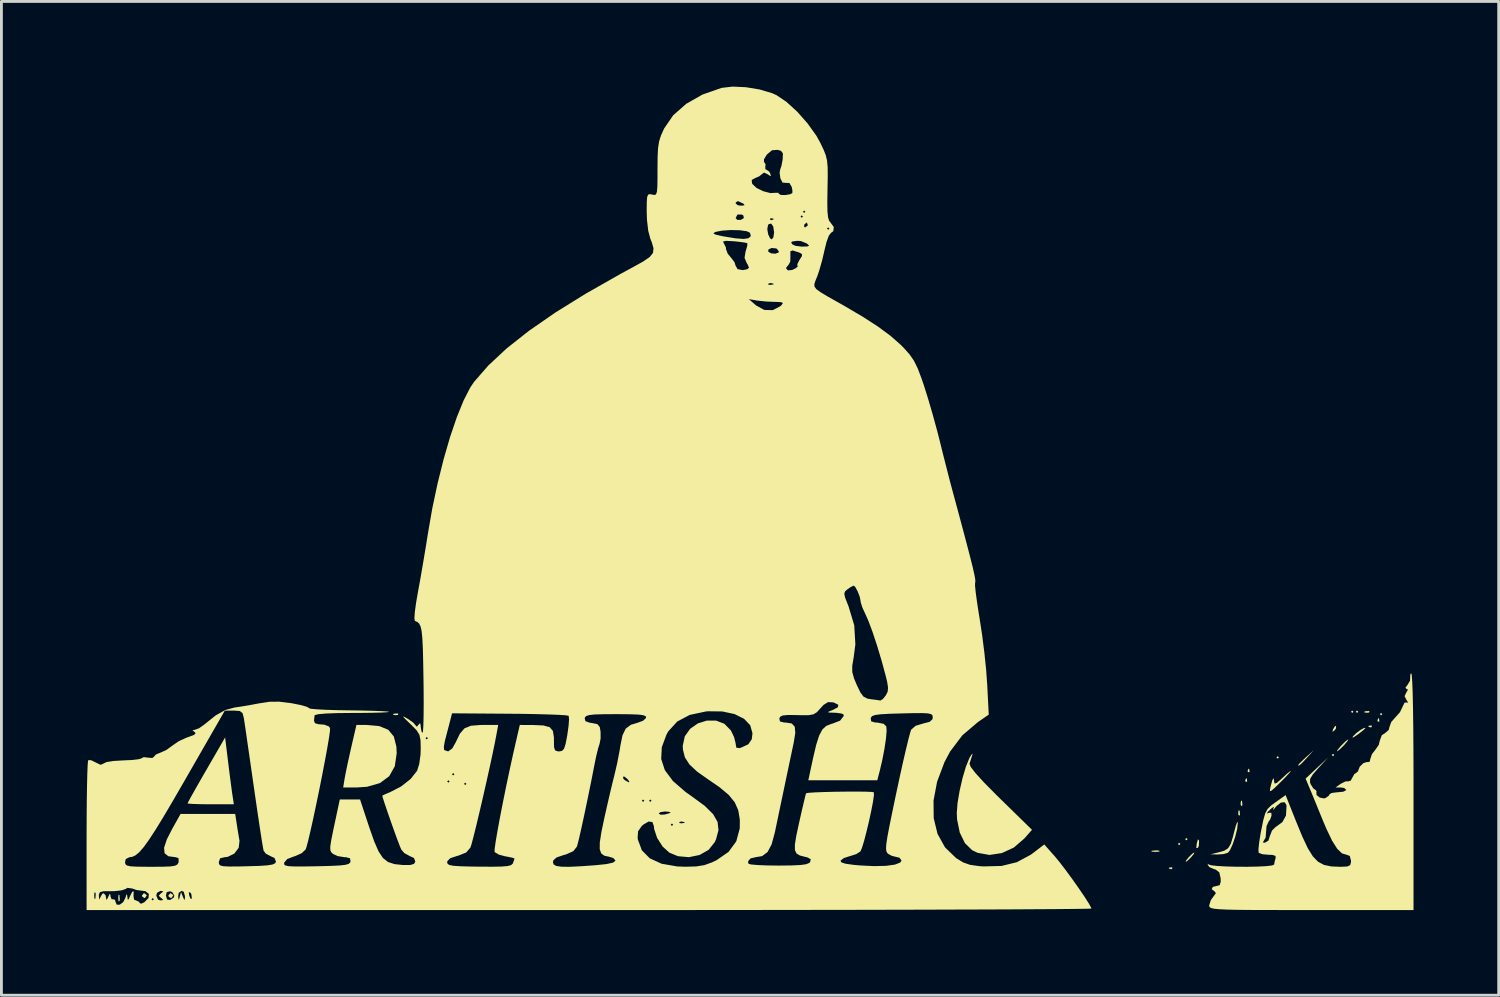
<source format=kicad_pcb>
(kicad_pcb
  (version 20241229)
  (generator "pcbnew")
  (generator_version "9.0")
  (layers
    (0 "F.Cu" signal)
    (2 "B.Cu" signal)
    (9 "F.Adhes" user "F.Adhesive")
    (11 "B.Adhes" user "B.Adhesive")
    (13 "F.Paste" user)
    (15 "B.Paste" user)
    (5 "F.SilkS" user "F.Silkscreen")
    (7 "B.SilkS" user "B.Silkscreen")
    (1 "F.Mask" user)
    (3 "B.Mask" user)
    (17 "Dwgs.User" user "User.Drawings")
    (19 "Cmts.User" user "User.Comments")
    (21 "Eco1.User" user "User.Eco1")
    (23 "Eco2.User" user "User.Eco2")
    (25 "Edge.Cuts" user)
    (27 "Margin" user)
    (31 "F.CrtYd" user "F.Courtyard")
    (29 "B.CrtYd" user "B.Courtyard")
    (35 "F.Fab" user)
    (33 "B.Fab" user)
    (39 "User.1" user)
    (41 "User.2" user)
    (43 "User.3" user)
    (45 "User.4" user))
  (footprint "test"
    (layer "F.Cu")
    (at 23.368 13.425)
    (property "Reference" "test" (at 0 0 0) (layer "F.SilkS") (effects (font (size 1.5 1.5) (thickness 0.3))))
    (attr board_only exclude_from_pos_files exclude_from_bom)
    (fp_poly (pts (xy 15.155 13.25) (xy 15.113 13.293) (xy 15.071 13.25) (xy 15.113 13.208)) (stroke (width 0) (type solid)) (fill yes) (layer "F.SilkS"))
    (fp_poly (pts (xy 15.409 13.081) (xy 15.367 13.123) (xy 15.325 13.081) (xy 15.367 13.039)) (stroke (width 0) (type solid)) (fill yes) (layer "F.SilkS"))
    (fp_poly (pts (xy 18.627 10.202) (xy 18.584 10.245) (xy 18.542 10.202) (xy 18.584 10.16)) (stroke (width 0) (type solid)) (fill yes) (layer "F.SilkS"))
    (fp_poly (pts (xy 20.574 10.118) (xy 20.532 10.16) (xy 20.489 10.118) (xy 20.532 10.075)) (stroke (width 0) (type solid)) (fill yes) (layer "F.SilkS"))
    (fp_poly (pts (xy 21.251 8.594) (xy 21.209 8.636) (xy 21.167 8.594) (xy 21.209 8.551)) (stroke (width 0) (type solid)) (fill yes) (layer "F.SilkS"))
    (fp_poly (pts (xy 21.421 8.594) (xy 21.378 8.636) (xy 21.336 8.594) (xy 21.378 8.551)) (stroke (width 0) (type solid)) (fill yes) (layer "F.SilkS"))
    (fp_poly (pts (xy 22.267 8.678) (xy 22.225 8.721) (xy 22.183 8.678) (xy 22.225 8.636)) (stroke (width 0) (type solid)) (fill yes) (layer "F.SilkS"))
    (fp_poly (pts (xy -22.211 15.049) (xy -22.2 15.223) (xy -22.211 15.261) (xy -22.242 15.272) (xy -22.254 15.155) (xy -22.241 15.035)) (stroke (width 0) (type solid)) (fill yes) (layer "F.SilkS"))
    (fp_poly (pts (xy -12.384 8.67) (xy -12.41 8.708) (xy -12.495 8.714) (xy -12.586 8.693) (xy -12.547 8.663) (xy -12.414 8.653)) (stroke (width 0) (type solid)) (fill yes) (layer "F.SilkS"))
    (fp_poly (pts (xy 14.873 14.083) (xy 14.861 14.133) (xy 14.817 14.139) (xy 14.747 14.108) (xy 14.76 14.083) (xy 14.861 14.073)) (stroke (width 0) (type solid)) (fill yes) (layer "F.SilkS"))
    (fp_poly (pts (xy 17.245 12.091) (xy 17.255 12.224) (xy 17.238 12.254) (xy 17.2 12.228) (xy 17.194 12.143) (xy 17.215 12.052)) (stroke (width 0) (type solid)) (fill yes) (layer "F.SilkS"))
    (fp_poly (pts (xy 17.33 11.753) (xy 17.34 11.885) (xy 17.323 11.915) (xy 17.285 11.89) (xy 17.279 11.804) (xy 17.299 11.714)) (stroke (width 0) (type solid)) (fill yes) (layer "F.SilkS"))
    (fp_poly (pts (xy 17.498 10.95) (xy 17.508 11.051) (xy 17.498 11.063) (xy 17.447 11.051) (xy 17.441 11.007) (xy 17.472 10.937)) (stroke (width 0) (type solid)) (fill yes) (layer "F.SilkS"))
    (fp_poly (pts (xy 17.582 10.612) (xy 17.593 10.712) (xy 17.582 10.724) (xy 17.532 10.713) (xy 17.526 10.668) (xy 17.557 10.598)) (stroke (width 0) (type solid)) (fill yes) (layer "F.SilkS"))
    (fp_poly (pts (xy 21.821 8.585) (xy 21.796 8.623) (xy 21.71 8.629) (xy 21.62 8.609) (xy 21.659 8.578) (xy 21.791 8.568)) (stroke (width 0) (type solid)) (fill yes) (layer "F.SilkS"))
    (fp_poly (pts (xy 21.9 9.088) (xy 21.889 9.138) (xy 21.844 9.144) (xy 21.774 9.113) (xy 21.788 9.088) (xy 21.888 9.077)) (stroke (width 0) (type solid)) (fill yes) (layer "F.SilkS"))
    (fp_poly (pts (xy 22.154 8.834) (xy 22.165 8.934) (xy 22.154 8.946) (xy 22.104 8.935) (xy 22.098 8.89) (xy 22.129 8.82)) (stroke (width 0) (type solid)) (fill yes) (layer "F.SilkS"))
    (fp_poly (pts (xy 20.633 9.189) (xy 20.585 9.251) (xy 20.513 9.305) (xy 20.531 9.22) (xy 20.537 9.204) (xy 20.604 9.1) (xy 20.642 9.099)) (stroke (width 0) (type solid)) (fill yes) (layer "F.SilkS"))
    (fp_poly (pts (xy -21.254 15.05) (xy -21.251 15.071) (xy -21.316 15.153) (xy -21.336 15.155) (xy -21.418 15.091) (xy -21.421 15.071) (xy -21.356 14.988) (xy -21.336 14.986)) (stroke (width 0) (type solid)) (fill yes) (layer "F.SilkS"))
    (fp_poly (pts (xy -20.322 15.05) (xy -20.32 15.071) (xy -20.384 15.153) (xy -20.405 15.155) (xy -20.487 15.091) (xy -20.489 15.071) (xy -20.425 14.988) (xy -20.405 14.986)) (stroke (width 0) (type solid)) (fill yes) (layer "F.SilkS"))
    (fp_poly (pts (xy 14.416 13.491) (xy 14.419 13.519) (xy 14.286 13.53) (xy 14.266 13.53) (xy 14.135 13.518) (xy 14.148 13.492) (xy 14.162 13.488) (xy 14.347 13.476)) (stroke (width 0) (type solid)) (fill yes) (layer "F.SilkS"))
    (fp_poly (pts (xy 15.63 13.6) (xy 15.536 13.716) (xy 15.409 13.841) (xy 15.341 13.885) (xy 15.358 13.832) (xy 15.452 13.716) (xy 15.579 13.591) (xy 15.647 13.547)) (stroke (width 0) (type solid)) (fill yes) (layer "F.SilkS"))
    (fp_poly (pts (xy 15.804 13.11) (xy 15.815 13.153) (xy 15.805 13.326) (xy 15.766 13.393) (xy 15.718 13.393) (xy 15.732 13.242) (xy 15.733 13.236) (xy 15.773 13.093)) (stroke (width 0) (type solid)) (fill yes) (layer "F.SilkS"))
    (fp_poly (pts (xy 19.606 10.223) (xy 19.425 10.416) (xy 19.331 10.494) (xy 19.304 10.473) (xy 19.304 10.472) (xy 19.361 10.405) (xy 19.504 10.266) (xy 19.579 10.197) (xy 19.854 9.948)) (stroke (width 0) (type solid)) (fill yes) (layer "F.SilkS"))
    (fp_poly (pts (xy 21.675 9.167) (xy 21.613 9.231) (xy 21.46 9.353) (xy 21.399 9.398) (xy 21.249 9.498) (xy 21.216 9.493) (xy 21.244 9.452) (xy 21.364 9.336) (xy 21.512 9.227) (xy 21.633 9.161)) (stroke (width 0) (type solid)) (fill yes) (layer "F.SilkS"))
    (fp_poly (pts (xy 21.047 9.62) (xy 20.938 9.751) (xy 20.913 9.779) (xy 20.768 9.921) (xy 20.677 9.99) (xy 20.671 9.991) (xy 20.693 9.938) (xy 20.802 9.807) (xy 20.828 9.779) (xy 20.973 9.637) (xy 21.064 9.568) (xy 21.069 9.567)) (stroke (width 0) (type solid)) (fill yes) (layer "F.SilkS"))
    (fp_poly (pts (xy -18.384 10.358) (xy -18.334 10.761) (xy -18.285 11.136) (xy -18.246 11.429) (xy -18.23 11.536) (xy -18.182 11.853) (xy -18.997 11.853) (xy -19.345 11.85) (xy -19.619 11.841) (xy -19.782 11.829) (xy -19.812 11.82) (xy -19.772 11.739) (xy -19.661 11.537) (xy -19.494 11.241) (xy -19.285 10.875) (xy -19.15 10.642) (xy -18.489 9.499)) (stroke (width 0) (type solid)) (fill yes) (layer "F.SilkS"))
    (fp_poly (pts (xy 17.18 12.496) (xy 17.158 12.713) (xy 17.091 12.988) (xy 16.999 13.261) (xy 16.9 13.474) (xy 16.832 13.559) (xy 16.671 13.607) (xy 16.468 13.621) (xy 16.214 13.614) (xy 16.497 13.547) (xy 16.705 13.487) (xy 16.84 13.4) (xy 16.932 13.245) (xy 17.012 12.983) (xy 17.051 12.825) (xy 17.114 12.594) (xy 17.16 12.476)) (stroke (width 0) (type solid)) (fill yes) (layer "F.SilkS"))
    (fp_poly (pts (xy -13.056 9.1) (xy -12.742 9.23) (xy -12.547 9.466) (xy -12.457 9.822) (xy -12.446 10.058) (xy -12.513 10.515) (xy -12.71 10.864) (xy -13.036 11.106) (xy -13.488 11.236) (xy -13.851 11.261) (xy -14.331 11.261) (xy -14.281 10.953) (xy -14.239 10.733) (xy -14.171 10.404) (xy -14.087 10.024) (xy -14.048 9.852) (xy -13.864 9.059) (xy -13.507 9.059)) (stroke (width 0) (type solid)) (fill yes) (layer "F.SilkS"))
    (fp_poly (pts (xy 18.994 10.752) (xy 18.848 10.909) (xy 18.663 11.095) (xy 18.455 11.296) (xy 18.344 11.387) (xy 18.308 11.378) (xy 18.323 11.277) (xy 18.336 11.218) (xy 18.398 10.997) (xy 18.44 10.93) (xy 18.457 11.024) (xy 18.457 11.051) (xy 18.478 11.126) (xy 18.555 11.099) (xy 18.716 10.958) (xy 18.754 10.922) (xy 18.924 10.765) (xy 19.031 10.68) (xy 19.05 10.676)) (stroke (width 0) (type solid)) (fill yes) (layer "F.SilkS"))
    (fp_poly (pts (xy 7.835 10.093) (xy 7.827 10.118) (xy 7.76 10.328) (xy 7.73 10.425) (xy 7.774 10.54) (xy 7.942 10.758) (xy 8.237 11.081) (xy 8.66 11.509) (xy 8.81 11.657) (xy 9.93 12.752) (xy 9.663 13.055) (xy 9.293 13.375) (xy 8.87 13.571) (xy 8.431 13.637) (xy 8.013 13.562) (xy 7.823 13.471) (xy 7.568 13.222) (xy 7.386 12.848) (xy 7.291 12.384) (xy 7.281 12.161) (xy 7.308 11.809) (xy 7.38 11.382) (xy 7.482 10.937) (xy 7.601 10.533) (xy 7.724 10.228) (xy 7.748 10.184) (xy 7.823 10.072)) (stroke (width 0) (type solid)) (fill yes) (layer "F.SilkS"))
    (fp_poly (pts (xy 23.306 7.308) (xy 23.323 7.541) (xy 23.338 7.931) (xy 23.35 8.471) (xy 23.359 9.155) (xy 23.365 9.976) (xy 23.368 10.927) (xy 23.368 11.383) (xy 23.368 15.579) (xy 19.77 15.579) (xy 18.895 15.578) (xy 18.176 15.577) (xy 17.595 15.575) (xy 17.139 15.57) (xy 16.792 15.562) (xy 16.54 15.55) (xy 16.367 15.534) (xy 16.259 15.513) (xy 16.2 15.487) (xy 16.176 15.454) (xy 16.171 15.415) (xy 16.229 15.229) (xy 16.319 15.105) (xy 16.408 14.982) (xy 16.361 14.922) (xy 16.26 14.843) (xy 16.299 14.762) (xy 16.426 14.732) (xy 16.542 14.701) (xy 16.578 14.579) (xy 16.574 14.457) (xy 16.527 14.25) (xy 16.403 14.154) (xy 16.348 14.139) (xy 16.183 14.068) (xy 16.121 13.989) (xy 16.125 13.94) (xy 16.142 13.968) (xy 16.237 14.001) (xy 16.459 14.026) (xy 16.772 14.043) (xy 17.138 14.053) (xy 17.519 14.054) (xy 17.879 14.047) (xy 18.18 14.032) (xy 18.386 14.008) (xy 18.457 13.977) (xy 18.485 13.835) (xy 18.509 13.765) (xy 18.51 13.674) (xy 18.396 13.636) (xy 18.26 13.631) (xy 18.047 13.612) (xy 17.92 13.564) (xy 17.912 13.555) (xy 17.906 13.442) (xy 17.931 13.207) (xy 17.933 13.194) (xy 18.054 13.194) (xy 18.134 13.207) (xy 18.258 13.132) (xy 18.304 12.984) (xy 18.383 12.779) (xy 18.496 12.666) (xy 18.751 12.478) (xy 18.876 12.248) (xy 18.894 11.926) (xy 18.89 11.874) (xy 18.826 11.778) (xy 18.694 11.795) (xy 18.541 11.916) (xy 18.506 11.959) (xy 18.426 12.055) (xy 18.424 12.029) (xy 18.427 12.023) (xy 18.457 11.941) (xy 18.391 11.977) (xy 18.347 12.012) (xy 18.232 12.122) (xy 18.207 12.18) (xy 18.287 12.15) (xy 18.288 12.15) (xy 18.359 12.153) (xy 18.367 12.253) (xy 18.318 12.389) (xy 18.264 12.461) (xy 18.191 12.622) (xy 18.175 12.824) (xy 18.159 13.024) (xy 18.094 13.14) (xy 18.054 13.194) (xy 17.933 13.194) (xy 17.98 12.892) (xy 18.006 12.758) (xy 18.078 12.405) (xy 18.144 12.174) (xy 18.227 12.02) (xy 18.35 11.897) (xy 18.505 11.783) (xy 18.863 11.53) (xy 19.222 12.433) (xy 19.449 12.984) (xy 19.642 13.396) (xy 19.822 13.687) (xy 20.007 13.878) (xy 20.217 13.989) (xy 20.473 14.042) (xy 20.793 14.055) (xy 20.798 14.055) (xy 21.028 14.045) (xy 21.136 13.999) (xy 21.166 13.89) (xy 21.167 13.843) (xy 21.124 13.674) (xy 21.012 13.631) (xy 20.847 13.581) (xy 20.679 13.419) (xy 20.498 13.131) (xy 20.293 12.702) (xy 20.167 12.404) (xy 20.01 12.019) (xy 19.863 11.659) (xy 19.746 11.375) (xy 19.695 11.253) (xy 19.567 10.949) (xy 19.965 10.575) (xy 20.362 10.202) (xy 20.012 10.583) (xy 19.818 10.806) (xy 19.727 10.956) (xy 19.721 11.077) (xy 19.749 11.155) (xy 19.844 11.3) (xy 19.915 11.345) (xy 19.956 11.397) (xy 19.945 11.42) (xy 19.954 11.529) (xy 20.067 11.618) (xy 20.219 11.646) (xy 20.267 11.634) (xy 20.385 11.551) (xy 20.405 11.506) (xy 20.479 11.456) (xy 20.662 11.431) (xy 20.701 11.43) (xy 20.897 11.409) (xy 20.995 11.356) (xy 20.997 11.345) (xy 20.926 11.279) (xy 20.809 11.261) (xy 20.621 11.261) (xy 20.809 11.129) (xy 20.974 11.047) (xy 21.076 11.045) (xy 21.159 11.017) (xy 21.209 10.923) (xy 21.285 10.786) (xy 21.342 10.753) (xy 21.418 10.687) (xy 21.421 10.662) (xy 21.477 10.524) (xy 21.602 10.405) (xy 21.73 10.362) (xy 21.759 10.371) (xy 21.828 10.348) (xy 21.844 10.263) (xy 21.904 10.086) (xy 22.013 9.948) (xy 22.143 9.762) (xy 22.183 9.602) (xy 22.252 9.418) (xy 22.352 9.356) (xy 22.493 9.237) (xy 22.521 9.129) (xy 22.584 8.955) (xy 22.723 8.798) (xy 22.892 8.608) (xy 22.98 8.422) (xy 23.054 8.271) (xy 23.138 8.268) (xy 23.183 8.273) (xy 23.125 8.187) (xy 23.053 8.045) (xy 23.114 7.916) (xy 23.175 7.814) (xy 23.118 7.789) (xy 23.083 7.745) (xy 23.155 7.651) (xy 23.247 7.499) (xy 23.25 7.4) (xy 23.257 7.269) (xy 23.287 7.237)) (stroke (width 0) (type solid)) (fill yes) (layer "F.SilkS"))
    (fp_poly (pts (xy -0.145 -13.403) (xy 0.338 -13.323) (xy 0.77 -13.195) (xy 0.927 -13.126) (xy 1.281 -12.888) (xy 1.661 -12.541) (xy 2.026 -12.128) (xy 2.335 -11.696) (xy 2.478 -11.438) (xy 2.591 -11.201) (xy 2.667 -11.008) (xy 2.712 -10.818) (xy 2.733 -10.587) (xy 2.736 -10.274) (xy 2.728 -9.835) (xy 2.728 -9.813) (xy 2.721 -9.352) (xy 2.726 -9.032) (xy 2.747 -8.824) (xy 2.784 -8.7) (xy 2.833 -8.638) (xy 2.949 -8.478) (xy 2.932 -8.333) (xy 2.849 -8.272) (xy 2.774 -8.171) (xy 2.693 -7.953) (xy 2.629 -7.691) (xy 2.544 -7.325) (xy 2.439 -6.954) (xy 2.369 -6.749) (xy 2.304 -6.59) (xy 2.265 -6.474) (xy 2.269 -6.381) (xy 2.334 -6.291) (xy 2.481 -6.184) (xy 2.726 -6.037) (xy 3.089 -5.832) (xy 3.302 -5.712) (xy 3.973 -5.317) (xy 4.512 -4.968) (xy 4.946 -4.647) (xy 5.299 -4.337) (xy 5.426 -4.209) (xy 5.622 -3.988) (xy 5.773 -3.768) (xy 5.904 -3.502) (xy 6.04 -3.144) (xy 6.127 -2.888) (xy 6.273 -2.423) (xy 6.434 -1.871) (xy 6.588 -1.31) (xy 6.685 -0.931) (xy 6.801 -0.461) (xy 6.922 0.013) (xy 7.03 0.435) (xy 7.106 0.72) (xy 7.329 1.545) (xy 7.51 2.222) (xy 7.654 2.766) (xy 7.764 3.19) (xy 7.844 3.51) (xy 7.896 3.74) (xy 7.926 3.896) (xy 7.936 3.991) (xy 7.93 4.041) (xy 7.926 4.048) (xy 7.924 4.153) (xy 7.948 4.392) (xy 7.995 4.736) (xy 8.059 5.151) (xy 8.09 5.34) (xy 8.175 5.899) (xy 8.253 6.516) (xy 8.315 7.118) (xy 8.352 7.628) (xy 8.352 7.629) (xy 8.407 8.695) (xy 8.027 8.957) (xy 7.477 9.424) (xy 7.045 9.996) (xy 6.846 10.371) (xy 6.587 11.061) (xy 6.462 11.723) (xy 6.468 12.341) (xy 6.603 12.895) (xy 6.866 13.369) (xy 7.253 13.744) (xy 7.264 13.752) (xy 7.505 13.9) (xy 7.746 13.985) (xy 8.057 14.03) (xy 8.221 14.041) (xy 8.856 14.025) (xy 9.396 13.893) (xy 9.881 13.633) (xy 9.978 13.562) (xy 10.363 13.268) (xy 10.73 13.683) (xy 10.904 13.893) (xy 11.119 14.174) (xy 11.351 14.491) (xy 11.58 14.815) (xy 11.782 15.112) (xy 11.934 15.35) (xy 12.015 15.499) (xy 12.023 15.525) (xy 11.939 15.53) (xy 11.694 15.535) (xy 11.296 15.54) (xy 10.752 15.545) (xy 10.069 15.549) (xy 9.257 15.554) (xy 8.322 15.558) (xy 7.273 15.561) (xy 6.117 15.565) (xy 4.863 15.568) (xy 3.517 15.571) (xy 2.089 15.573) (xy 0.585 15.575) (xy -0.986 15.577) (xy -2.617 15.578) (xy -4.299 15.579) (xy -5.673 15.579) (xy -23.368 15.579) (xy -23.368 15.071) (xy -23.101 15.071) (xy -23.087 15.191) (xy -23.058 15.176) (xy -23.048 15.026) (xy -22.935 15.026) (xy -22.935 15.093) (xy -22.921 15.207) (xy -22.893 15.159) (xy -22.886 15.134) (xy -22.817 15.009) (xy -22.769 14.986) (xy -22.7 15.056) (xy -22.685 15.134) (xy -22.671 15.225) (xy -22.628 15.164) (xy -22.606 15.113) (xy -22.55 15.001) (xy -22.53 15.042) (xy -22.527 15.097) (xy -22.486 15.2) (xy -22.437 15.198) (xy -22.365 15.218) (xy -22.352 15.284) (xy -22.305 15.39) (xy -22.196 15.388) (xy -22.077 15.296) (xy -22.004 15.155) (xy -21.961 15.023) (xy -21.939 15.049) (xy -21.932 15.113) (xy -21.916 15.224) (xy -21.88 15.184) (xy -21.841 15.092) (xy -21.759 14.933) (xy -21.71 14.919) (xy -21.714 15.054) (xy -21.717 15.071) (xy -21.697 15.212) (xy -21.627 15.24) (xy -21.518 15.288) (xy -21.505 15.325) (xy -21.447 15.356) (xy -21.336 15.305) (xy -21.23 15.198) (xy -21.082 15.198) (xy -21.04 15.24) (xy -20.997 15.198) (xy -21.04 15.155) (xy -21.082 15.198) (xy -21.23 15.198) (xy -21.187 15.154) (xy -21.18 15.071) (xy -20.913 15.071) (xy -20.853 15.213) (xy -20.765 15.239) (xy -20.666 15.225) (xy -20.726 15.165) (xy -20.743 15.154) (xy -20.828 15.074) (xy -20.824 15.071) (xy -20.574 15.071) (xy -20.531 15.21) (xy -20.426 15.224) (xy -20.3 15.14) (xy -20.284 15.092) (xy -20.141 15.092) (xy -20.129 15.219) (xy -20.106 15.184) (xy -20.087 15.113) (xy -20.043 14.944) (xy -19.976 15.113) (xy -19.924 15.227) (xy -19.906 15.181) (xy -19.903 15.092) (xy -19.943 14.944) (xy -19.769 14.944) (xy -19.752 15.068) (xy -19.75 15.077) (xy -19.7 15.191) (xy -19.661 15.167) (xy -19.679 15.014) (xy -19.713 14.966) (xy -19.769 14.944) (xy -19.943 14.944) (xy -19.946 14.936) (xy -20.024 14.901) (xy -20.124 14.972) (xy -20.141 15.092) (xy -20.284 15.092) (xy -20.278 15.071) (xy -20.348 14.951) (xy -20.426 14.917) (xy -20.546 14.947) (xy -20.574 15.071) (xy -20.824 15.071) (xy -20.76 14.999) (xy -20.743 14.987) (xy -20.665 14.921) (xy -20.745 14.903) (xy -20.765 14.903) (xy -20.889 14.97) (xy -20.913 15.071) (xy -21.18 15.071) (xy -21.175 15.009) (xy -21.295 14.914) (xy -21.399 14.9) (xy -21.62 14.871) (xy -21.756 14.82) (xy -21.927 14.796) (xy -21.99 14.833) (xy -22.135 14.884) (xy -22.378 14.912) (xy -22.522 14.914) (xy -22.773 14.915) (xy -22.897 14.947) (xy -22.935 15.026) (xy -23.048 15.026) (xy -23.047 15.003) (xy -23.058 14.965) (xy -23.089 14.954) (xy -23.101 15.071) (xy -23.368 15.071) (xy -23.368 13.885) (xy -22.013 13.885) (xy -22.003 13.96) (xy -21.95 14.008) (xy -21.828 14.037) (xy -21.605 14.05) (xy -21.253 14.054) (xy -21.092 14.055) (xy -20.685 14.052) (xy -20.416 14.042) (xy -20.255 14.017) (xy -20.171 13.974) (xy -20.132 13.906) (xy -20.126 13.885) (xy -20.13 13.749) (xy -20.236 13.716) (xy -20.489 13.683) (xy -20.622 13.576) (xy -20.639 13.381) (xy -20.54 13.085) (xy -20.358 12.729) (xy -20.058 12.192) (xy -19.096 12.192) (xy -18.134 12.192) (xy -18.079 12.552) (xy -18.034 12.839) (xy -17.99 13.096) (xy -17.982 13.139) (xy -18.011 13.386) (xy -18.166 13.591) (xy -18.402 13.706) (xy -18.5 13.716) (xy -18.665 13.755) (xy -18.711 13.888) (xy -18.703 13.961) (xy -18.657 14.009) (xy -18.547 14.035) (xy -18.343 14.045) (xy -18.018 14.043) (xy -17.718 14.036) (xy -17.285 14.023) (xy -16.994 14.003) (xy -16.817 13.974) (xy -16.727 13.93) (xy -16.697 13.874) (xy -16.748 13.745) (xy -16.881 13.684) (xy -17.058 13.59) (xy -17.135 13.483) (xy -17.158 13.361) (xy -17.202 13.096) (xy -17.261 12.712) (xy -17.333 12.234) (xy -17.413 11.686) (xy -17.481 11.218) (xy -17.566 10.624) (xy -17.646 10.071) (xy -17.716 9.588) (xy -17.772 9.199) (xy -17.812 8.932) (xy -17.828 8.826) (xy -17.874 8.644) (xy -17.97 8.568) (xy -18.174 8.553) (xy -18.186 8.553) (xy -18.5 8.555) (xy -19.887 10.969) (xy -20.305 11.692) (xy -20.651 12.279) (xy -20.936 12.744) (xy -21.168 13.1) (xy -21.356 13.361) (xy -21.512 13.54) (xy -21.644 13.65) (xy -21.761 13.704) (xy -21.855 13.716) (xy -21.988 13.781) (xy -22.013 13.885) (xy -23.368 13.885) (xy -23.368 12.968) (xy -23.366 12.319) (xy -23.361 11.726) (xy -23.353 11.208) (xy -23.343 10.788) (xy -23.331 10.486) (xy -23.318 10.323) (xy -23.311 10.301) (xy -23.209 10.301) (xy -23.047 10.38) (xy -22.875 10.463) (xy -22.781 10.423) (xy -22.778 10.419) (xy -22.664 10.366) (xy -22.415 10.327) (xy -22.069 10.307) (xy -21.762 10.293) (xy -21.534 10.266) (xy -21.425 10.233) (xy -21.421 10.225) (xy -21.351 10.192) (xy -21.209 10.21) (xy -21.05 10.222) (xy -20.997 10.178) (xy -20.925 10.098) (xy -20.778 10.039) (xy -20.559 9.941) (xy -20.346 9.786) (xy -20.122 9.631) (xy -19.841 9.503) (xy -19.789 9.486) (xy -19.583 9.41) (xy -19.527 9.347) (xy -19.565 9.307) (xy -19.64 9.245) (xy -19.56 9.23) (xy -19.557 9.23) (xy -19.409 9.176) (xy -19.225 9.047) (xy -19.215 9.038) (xy -18.821 8.722) (xy -18.479 8.531) (xy -18.158 8.445) (xy -17.888 8.405) (xy -17.541 8.345) (xy -17.285 8.297) (xy -16.921 8.242) (xy -16.588 8.239) (xy -16.197 8.286) (xy -16.123 8.298) (xy -15.83 8.357) (xy -15.622 8.415) (xy -15.536 8.461) (xy -15.537 8.467) (xy -15.47 8.489) (xy -15.26 8.508) (xy -14.935 8.525) (xy -14.521 8.538) (xy -14.162 8.544) (xy -13.691 8.551) (xy -13.282 8.561) (xy -12.963 8.573) (xy -12.764 8.587) (xy -12.711 8.597) (xy -12.777 8.61) (xy -12.985 8.622) (xy -13.307 8.63) (xy -13.716 8.635) (xy -13.998 8.636) (xy -14.525 8.641) (xy -14.934 8.656) (xy -15.208 8.68) (xy -15.332 8.712) (xy -15.337 8.721) (xy -15.359 8.906) (xy -15.325 8.997) (xy -15.194 9.034) (xy -14.995 9.049) (xy -14.84 9.108) (xy -14.793 9.168) (xy -14.797 9.28) (xy -14.833 9.529) (xy -14.894 9.888) (xy -14.975 10.329) (xy -15.07 10.824) (xy -15.174 11.345) (xy -15.281 11.864) (xy -15.385 12.353) (xy -15.481 12.785) (xy -15.563 13.132) (xy -15.626 13.366) (xy -15.656 13.448) (xy -15.793 13.576) (xy -16.017 13.677) (xy -16.063 13.689) (xy -16.302 13.782) (xy -16.41 13.909) (xy -16.41 13.912) (xy -16.409 13.971) (xy -16.362 14.01) (xy -16.244 14.034) (xy -16.029 14.044) (xy -15.693 14.043) (xy -15.269 14.036) (xy -14.798 14.024) (xy -14.471 14.009) (xy -14.261 13.987) (xy -14.141 13.953) (xy -14.085 13.905) (xy -14.071 13.864) (xy -14.091 13.755) (xy -14.232 13.717) (xy -14.286 13.716) (xy -14.522 13.678) (xy -14.683 13.604) (xy -14.748 13.547) (xy -14.783 13.47) (xy -14.785 13.341) (xy -14.753 13.128) (xy -14.687 12.798) (xy -14.643 12.588) (xy -14.45 11.684) (xy -14.093 11.684) (xy -13.736 11.684) (xy -13.409 12.674) (xy -13.237 13.163) (xy -13.085 13.512) (xy -12.93 13.745) (xy -12.751 13.886) (xy -12.526 13.96) (xy -12.238 13.991) (xy -11.974 13.992) (xy -11.837 13.953) (xy -11.789 13.874) (xy -11.837 13.745) (xy -11.974 13.683) (xy -12.176 13.573) (xy -12.284 13.448) (xy -12.336 13.324) (xy -12.426 13.089) (xy -12.538 12.781) (xy -12.659 12.44) (xy -12.775 12.107) (xy -12.872 11.82) (xy -12.936 11.621) (xy -12.954 11.551) (xy -12.884 11.513) (xy -12.713 11.44) (xy -12.679 11.427) (xy -12.289 11.224) (xy -12.174 11.134) (xy -10.075 11.134) (xy -10.033 11.176) (xy -9.991 11.134) (xy -10.033 11.091) (xy -10.075 11.134) (xy -12.174 11.134) (xy -12.067 11.049) (xy -10.668 11.049) (xy -10.626 11.091) (xy -10.583 11.049) (xy -10.626 11.007) (xy -10.668 11.049) (xy -12.067 11.049) (xy -11.955 10.961) (xy -11.824 10.795) (xy -10.499 10.795) (xy -10.456 10.837) (xy -10.414 10.795) (xy -10.456 10.753) (xy -10.499 10.795) (xy -11.824 10.795) (xy -11.733 10.68) (xy -11.726 10.668) (xy -11.652 10.433) (xy -11.607 10.104) (xy -11.599 9.897) (xy -11.601 9.823) (xy -10.785 9.823) (xy -10.775 9.939) (xy -10.772 9.943) (xy -10.633 9.991) (xy -10.487 9.885) (xy -10.37 9.676) (xy -10.219 9.364) (xy -10.057 9.178) (xy -9.835 9.087) (xy -9.504 9.06) (xy -9.418 9.059) (xy -8.871 9.059) (xy -8.929 9.377) (xy -8.992 9.704) (xy -9.079 10.125) (xy -9.184 10.61) (xy -9.3 11.131) (xy -9.42 11.658) (xy -9.538 12.163) (xy -9.646 12.616) (xy -9.739 12.989) (xy -9.809 13.254) (xy -9.849 13.377) (xy -9.997 13.55) (xy -10.266 13.659) (xy -10.308 13.669) (xy -10.561 13.752) (xy -10.664 13.86) (xy -10.668 13.893) (xy -10.652 13.952) (xy -10.585 13.993) (xy -10.442 14.02) (xy -10.197 14.036) (xy -9.824 14.046) (xy -9.535 14.05) (xy -9.07 14.052) (xy -8.746 14.046) (xy -8.538 14.028) (xy -8.419 13.996) (xy -8.361 13.946) (xy -8.35 13.924) (xy -8.34 13.895) (xy -6.943 13.895) (xy -6.916 13.974) (xy -6.822 14.026) (xy -6.64 14.052) (xy -6.349 14.055) (xy -5.928 14.034) (xy -5.44 13.999) (xy -5.053 13.958) (xy -4.824 13.907) (xy -4.742 13.843) (xy -4.741 13.836) (xy -4.814 13.747) (xy -4.966 13.7) (xy -5.135 13.663) (xy -5.244 13.581) (xy -5.295 13.432) (xy -5.292 13.191) (xy -5.266 13.028) (xy -3.96 13.028) (xy -3.95 13.101) (xy -3.811 13.474) (xy -3.531 13.757) (xy -3.115 13.947) (xy -2.568 14.042) (xy -2.28 14.053) (xy -1.898 14.042) (xy -1.61 13.996) (xy -1.34 13.899) (xy -1.269 13.865) (xy -0.072 13.865) (xy -0.055 13.949) (xy 0.04 13.973) (xy 0.27 13.993) (xy 0.601 14.007) (xy 0.998 14.012) (xy 1.011 14.012) (xy 1.466 14.007) (xy 1.779 13.992) (xy 1.976 13.964) (xy 2.084 13.92) (xy 2.117 13.885) (xy 2.137 13.788) (xy 2.026 13.725) (xy 1.937 13.704) (xy 1.756 13.657) (xy 1.639 13.589) (xy 1.581 13.471) (xy 1.579 13.275) (xy 1.626 12.974) (xy 1.719 12.54) (xy 1.733 12.478) (xy 1.82 12.092) (xy 1.895 11.772) (xy 1.948 11.553) (xy 1.973 11.464) (xy 1.973 11.464) (xy 2.073 11.448) (xy 2.302 11.433) (xy 2.622 11.421) (xy 2.996 11.412) (xy 3.386 11.407) (xy 3.756 11.406) (xy 4.066 11.409) (xy 4.281 11.418) (xy 4.361 11.431) (xy 4.362 11.541) (xy 4.328 11.775) (xy 4.267 12.091) (xy 4.189 12.45) (xy 4.103 12.812) (xy 4.018 13.137) (xy 3.943 13.383) (xy 3.888 13.512) (xy 3.886 13.514) (xy 3.742 13.607) (xy 3.522 13.678) (xy 3.511 13.68) (xy 3.308 13.745) (xy 3.191 13.832) (xy 3.188 13.84) (xy 3.216 13.9) (xy 3.364 13.947) (xy 3.652 13.987) (xy 3.863 14.006) (xy 4.368 14.031) (xy 4.79 14.021) (xy 5.105 13.977) (xy 5.292 13.904) (xy 5.334 13.833) (xy 5.264 13.735) (xy 5.181 13.716) (xy 4.988 13.667) (xy 4.874 13.604) (xy 4.828 13.562) (xy 4.799 13.5) (xy 4.789 13.398) (xy 4.801 13.237) (xy 4.838 12.995) (xy 4.903 12.652) (xy 4.997 12.189) (xy 5.123 11.584) (xy 5.154 11.44) (xy 5.277 10.865) (xy 5.394 10.339) (xy 5.499 9.886) (xy 5.585 9.532) (xy 5.648 9.301) (xy 5.675 9.224) (xy 5.832 9.089) (xy 6.099 9.007) (xy 6.327 8.949) (xy 6.424 8.858) (xy 6.435 8.789) (xy 6.425 8.722) (xy 6.378 8.677) (xy 6.265 8.651) (xy 6.061 8.641) (xy 5.738 8.643) (xy 5.356 8.652) (xy 4.907 8.665) (xy 4.599 8.683) (xy 4.407 8.708) (xy 4.301 8.746) (xy 4.256 8.801) (xy 4.249 8.826) (xy 4.267 8.933) (xy 4.402 8.972) (xy 4.484 8.975) (xy 4.707 9.019) (xy 4.799 9.111) (xy 4.81 9.267) (xy 4.786 9.545) (xy 4.733 9.902) (xy 4.657 10.297) (xy 4.565 10.688) (xy 4.564 10.689) (xy 4.481 11.007) (xy 3.266 11.007) (xy 2.052 11.007) (xy 2.22 10.223) (xy 2.33 9.757) (xy 2.434 9.432) (xy 2.547 9.219) (xy 2.686 9.091) (xy 2.866 9.021) (xy 2.897 9.014) (xy 3.171 8.908) (xy 3.295 8.748) (xy 3.301 8.699) (xy 3.227 8.657) (xy 3.042 8.632) (xy 2.985 8.629) (xy 2.785 8.622) (xy 2.741 8.604) (xy 2.84 8.56) (xy 2.9 8.538) (xy 3.089 8.44) (xy 3.111 8.351) (xy 2.965 8.275) (xy 2.918 8.262) (xy 2.747 8.254) (xy 2.592 8.35) (xy 2.482 8.469) (xy 2.358 8.606) (xy 2.238 8.682) (xy 2.071 8.714) (xy 1.808 8.716) (xy 1.66 8.712) (xy 1.339 8.707) (xy 1.15 8.725) (xy 1.058 8.772) (xy 1.031 8.833) (xy 1.053 8.935) (xy 1.198 8.973) (xy 1.266 8.975) (xy 1.468 9.007) (xy 1.574 9.121) (xy 1.593 9.34) (xy 1.538 9.68) (xy 1.478 9.964) (xy 1.391 10.376) (xy 1.285 10.879) (xy 1.168 11.437) (xy 1.047 12.013) (xy 0.931 12.568) (xy 0.872 12.85) (xy 0.759 13.266) (xy 0.616 13.535) (xy 0.426 13.678) (xy 0.198 13.716) (xy 0.014 13.76) (xy -0.072 13.865) (xy -1.269 13.865) (xy -1.179 13.822) (xy -0.758 13.53) (xy -0.486 13.159) (xy -0.363 12.706) (xy -0.36 12.396) (xy -0.415 12.066) (xy -0.539 11.784) (xy -0.755 11.519) (xy -1.087 11.243) (xy -1.448 10.996) (xy -1.859 10.707) (xy -2.134 10.451) (xy -2.295 10.201) (xy -2.364 9.928) (xy -2.371 9.79) (xy -2.299 9.459) (xy -2.11 9.194) (xy -1.839 9.005) (xy -1.523 8.905) (xy -1.2 8.905) (xy -0.905 9.017) (xy -0.675 9.252) (xy -0.674 9.254) (xy -0.562 9.489) (xy -0.509 9.703) (xy -0.508 9.721) (xy -0.482 9.861) (xy -0.371 9.874) (xy -0.318 9.859) (xy -0.062 9.741) (xy 0.06 9.562) (xy 0.085 9.351) (xy 0.006 9.07) (xy -0.212 8.841) (xy -0.548 8.675) (xy -0.976 8.583) (xy -1.474 8.577) (xy -1.556 8.584) (xy -2.124 8.705) (xy -2.565 8.938) (xy -2.879 9.283) (xy -2.942 9.395) (xy -3.109 9.843) (xy -3.13 10.257) (xy -3.002 10.649) (xy -2.718 11.032) (xy -2.273 11.418) (xy -2.044 11.58) (xy -1.599 11.906) (xy -1.303 12.198) (xy -1.144 12.476) (xy -1.112 12.763) (xy -1.196 13.08) (xy -1.242 13.184) (xy -1.458 13.457) (xy -1.777 13.638) (xy -2.154 13.716) (xy -2.541 13.681) (xy -2.843 13.556) (xy -3.081 13.339) (xy -3.274 13.036) (xy -3.379 12.72) (xy -3.387 12.624) (xy -3.405 12.573) (xy -2.794 12.573) (xy -2.752 12.615) (xy -2.709 12.573) (xy -2.752 12.531) (xy -2.794 12.573) (xy -3.405 12.573) (xy -3.427 12.51) (xy -2.503 12.51) (xy -2.42 12.524) (xy -2.31 12.508) (xy -2.309 12.48) (xy -2.422 12.459) (xy -2.471 12.473) (xy -2.503 12.51) (xy -3.427 12.51) (xy -3.438 12.479) (xy -3.572 12.46) (xy -3.758 12.568) (xy -3.82 12.625) (xy -3.944 12.805) (xy -3.96 13.028) (xy -5.266 13.028) (xy -5.237 12.835) (xy -5.135 12.348) (xy -5.097 12.18) (xy -3.217 12.18) (xy -3.147 12.221) (xy -3.006 12.213) (xy -2.847 12.171) (xy -2.794 12.14) (xy -2.867 12.115) (xy -3.006 12.107) (xy -3.165 12.132) (xy -3.217 12.18) (xy -5.097 12.18) (xy -5.032 11.891) (xy -4.994 11.726) (xy -3.81 11.726) (xy -3.768 11.769) (xy -3.725 11.726) (xy -3.556 11.726) (xy -3.514 11.769) (xy -3.471 11.726) (xy -3.514 11.684) (xy -3.556 11.726) (xy -3.725 11.726) (xy -3.768 11.684) (xy -3.81 11.726) (xy -4.994 11.726) (xy -4.928 11.442) (xy -4.835 11.053) (xy -4.792 10.882) (xy -4.476 10.882) (xy -4.459 10.96) (xy -4.4 11.01) (xy -4.264 11.083) (xy -4.255 11.048) (xy -4.32 10.962) (xy -4.427 10.878) (xy -4.476 10.882) (xy -4.792 10.882) (xy -4.772 10.801) (xy -4.682 10.415) (xy -4.6 9.992) (xy -4.568 9.793) (xy -4.494 9.426) (xy -4.381 9.192) (xy -4.2 9.054) (xy -3.968 8.984) (xy -3.77 8.912) (xy -3.664 8.813) (xy -3.661 8.802) (xy -3.676 8.75) (xy -3.761 8.715) (xy -3.94 8.693) (xy -4.238 8.682) (xy -4.679 8.678) (xy -4.717 8.678) (xy -5.167 8.681) (xy -5.475 8.69) (xy -5.668 8.711) (xy -5.774 8.746) (xy -5.818 8.798) (xy -5.825 8.821) (xy -5.798 8.927) (xy -5.644 8.981) (xy -5.572 8.99) (xy -5.377 9.03) (xy -5.292 9.135) (xy -5.265 9.3) (xy -5.264 9.539) (xy -5.3 9.721) (xy -5.301 9.724) (xy -5.35 9.88) (xy -5.414 10.139) (xy -5.463 10.372) (xy -5.592 11.029) (xy -5.718 11.648) (xy -5.835 12.207) (xy -5.938 12.681) (xy -6.021 13.048) (xy -6.081 13.284) (xy -6.101 13.348) (xy -6.226 13.505) (xy -6.482 13.619) (xy -6.559 13.639) (xy -6.812 13.724) (xy -6.927 13.824) (xy -6.943 13.895) (xy -8.34 13.895) (xy -8.305 13.794) (xy -8.297 13.762) (xy -8.372 13.735) (xy -8.557 13.697) (xy -8.627 13.685) (xy -8.848 13.625) (xy -8.985 13.543) (xy -8.999 13.522) (xy -8.994 13.409) (xy -8.958 13.156) (xy -8.895 12.788) (xy -8.811 12.33) (xy -8.709 11.807) (xy -8.595 11.244) (xy -8.473 10.666) (xy -8.349 10.099) (xy -8.252 9.673) (xy -8.11 9.059) (xy -7.632 9.061) (xy -7.276 9.077) (xy -7.057 9.138) (xy -6.945 9.268) (xy -6.909 9.489) (xy -6.908 9.607) (xy -6.904 9.844) (xy -6.865 9.956) (xy -6.768 9.99) (xy -6.726 9.991) (xy -6.623 9.973) (xy -6.552 9.898) (xy -6.497 9.729) (xy -6.44 9.431) (xy -6.434 9.392) (xy -6.392 9.091) (xy -6.375 8.858) (xy -6.388 8.739) (xy -6.391 8.736) (xy -6.488 8.719) (xy -6.731 8.703) (xy -7.095 8.689) (xy -7.556 8.676) (xy -8.09 8.667) (xy -8.472 8.664) (xy -10.496 8.649) (xy -10.587 9.002) (xy -10.665 9.3) (xy -10.738 9.582) (xy -10.75 9.625) (xy -10.785 9.823) (xy -11.601 9.823) (xy -11.606 9.601) (xy -11.621 9.525) (xy -11.43 9.525) (xy -11.388 9.567) (xy -11.345 9.525) (xy -11.388 9.483) (xy -11.43 9.525) (xy -11.621 9.525) (xy -11.645 9.407) (xy -11.743 9.248) (xy -11.93 9.057) (xy -11.959 9.029) (xy -12.149 8.846) (xy -12.22 8.765) (xy -12.18 8.772) (xy -12.044 8.849) (xy -11.865 8.975) (xy -11.771 9.082) (xy -11.767 9.099) (xy -11.731 9.116) (xy -11.684 9.059) (xy -11.622 8.992) (xy -11.601 9.075) (xy -11.601 9.118) (xy -11.574 9.282) (xy -11.536 9.343) (xy -11.519 9.274) (xy -11.506 9.058) (xy -11.498 8.72) (xy -11.495 8.282) (xy -11.498 7.767) (xy -11.502 7.464) (xy -11.513 6.835) (xy -11.525 6.354) (xy -11.543 6) (xy -11.568 5.752) (xy -11.605 5.588) (xy -11.656 5.487) (xy -11.724 5.429) (xy -11.805 5.394) (xy -11.822 5.304) (xy -11.807 5.079) (xy -11.762 4.75) (xy -11.708 4.437) (xy 3.318 4.437) (xy 3.348 4.575) (xy 3.441 4.812) (xy 3.469 4.882) (xy 3.67 5.55) (xy 3.709 6.221) (xy 3.649 6.681) (xy 3.599 6.979) (xy 3.6 7.196) (xy 3.661 7.416) (xy 3.758 7.648) (xy 3.886 7.914) (xy 3.996 8.061) (xy 4.129 8.13) (xy 4.247 8.151) (xy 4.458 8.178) (xy 4.587 8.198) (xy 4.591 8.199) (xy 4.677 8.147) (xy 4.779 8.02) (xy 4.845 7.893) (xy 4.861 7.751) (xy 4.829 7.54) (xy 4.776 7.322) (xy 4.634 6.798) (xy 4.477 6.276) (xy 4.319 5.797) (xy 4.172 5.403) (xy 4.059 5.148) (xy 3.955 4.92) (xy 3.898 4.74) (xy 3.895 4.707) (xy 3.864 4.547) (xy 3.791 4.356) (xy 3.707 4.202) (xy 3.648 4.151) (xy 3.549 4.199) (xy 3.434 4.278) (xy 3.347 4.354) (xy 3.318 4.437) (xy -11.708 4.437) (xy -11.701 4.398) (xy -11.611 3.904) (xy -11.511 3.324) (xy -11.413 2.737) (xy -11.348 2.328) (xy -11.192 1.429) (xy -11.004 0.545) (xy -10.793 -0.3) (xy -10.566 -1.083) (xy -10.329 -1.78) (xy -10.089 -2.37) (xy -9.854 -2.827) (xy -9.721 -3.025) (xy -9.213 -3.607) (xy -8.572 -4.204) (xy -7.791 -4.821) (xy -6.865 -5.462) (xy -6.098 -5.939) (xy -0.042 -5.939) (xy 0.212 -5.717) (xy 0.5 -5.559) (xy 0.801 -5.551) (xy 1.072 -5.693) (xy 1.097 -5.717) (xy 1.156 -5.796) (xy 1.105 -5.832) (xy 0.917 -5.842) (xy 0.875 -5.842) (xy 0.567 -5.855) (xy 0.272 -5.886) (xy 0.243 -5.89) (xy -0.042 -5.939) (xy -6.098 -5.939) (xy -5.788 -6.131) (xy -5.218 -6.455) (xy 0.629 -6.455) (xy 0.713 -6.441) (xy 0.822 -6.457) (xy 0.824 -6.486) (xy 0.71 -6.506) (xy 0.661 -6.493) (xy 0.629 -6.455) (xy -5.218 -6.455) (xy -4.553 -6.833) (xy -4.128 -7.063) (xy -3.764 -7.265) (xy -3.534 -7.423) (xy -3.419 -7.567) (xy -3.4 -7.729) (xy -3.46 -7.939) (xy -3.473 -7.971) (xy -0.949 -7.971) (xy -0.936 -7.93) (xy -0.855 -7.77) (xy -0.847 -7.701) (xy -0.788 -7.542) (xy -0.677 -7.408) (xy -0.549 -7.243) (xy -0.508 -7.113) (xy -0.438 -6.995) (xy -0.259 -6.961) (xy -0.101 -6.991) (xy -0.064 -7.022) (xy 1.27 -7.022) (xy 1.333 -6.951) (xy 1.483 -6.966) (xy 1.609 -7.027) (xy 1.685 -7.096) (xy 1.67 -7.111) (xy 1.664 -7.172) (xy 1.739 -7.317) (xy 1.743 -7.323) (xy 1.825 -7.453) (xy 1.829 -7.528) (xy 1.726 -7.583) (xy 1.498 -7.654) (xy 1.421 -7.625) (xy 1.42 -7.458) (xy 1.421 -7.452) (xy 1.417 -7.262) (xy 1.363 -7.159) (xy 1.275 -7.052) (xy 1.27 -7.022) (xy -0.064 -7.022) (xy -0.037 -7.045) (xy -0.086 -7.163) (xy -0.114 -7.204) (xy -0.194 -7.391) (xy -0.159 -7.611) (xy 0.64 -7.611) (xy 0.745 -7.55) (xy 0.895 -7.54) (xy 1.003 -7.581) (xy 1.016 -7.613) (xy 0.949 -7.708) (xy 0.91 -7.727) (xy 0.756 -7.74) (xy 0.647 -7.688) (xy 0.64 -7.611) (xy -0.159 -7.611) (xy -0.159 -7.613) (xy -0.152 -7.633) (xy -0.1 -7.814) (xy -0.095 -7.909) (xy -0.096 -7.91) (xy -0.191 -7.932) (xy -0.257 -7.941) (xy 1.448 -7.941) (xy 1.482 -7.874) (xy 1.594 -7.818) (xy 1.801 -7.79) (xy 1.842 -7.789) (xy 2.033 -7.796) (xy 2.079 -7.826) (xy 2.001 -7.898) (xy 1.996 -7.901) (xy 1.79 -7.985) (xy 1.662 -7.993) (xy 1.493 -7.971) (xy 1.448 -7.941) (xy -0.257 -7.941) (xy -0.401 -7.96) (xy -0.576 -7.978) (xy -0.84 -7.992) (xy -0.949 -7.971) (xy -3.473 -7.971) (xy -3.514 -8.073) (xy -3.563 -8.258) (xy -1.291 -8.258) (xy -1.226 -8.215) (xy -1.014 -8.165) (xy -0.931 -8.149) (xy -0.507 -8.08) (xy -0.223 -8.059) (xy -0.053 -8.085) (xy 0.026 -8.158) (xy 0.027 -8.162) (xy -0.003 -8.277) (xy -0.112 -8.33) (xy -0.365 -8.366) (xy -0.687 -8.373) (xy -0.999 -8.351) (xy -1.224 -8.304) (xy -1.228 -8.303) (xy -1.291 -8.258) (xy -3.563 -8.258) (xy -3.586 -8.345) (xy -3.593 -8.405) (xy 0.607 -8.405) (xy 0.638 -8.223) (xy 0.706 -8.079) (xy 0.764 -8.043) (xy 0.822 -8.117) (xy 0.847 -8.292) (xy 0.827 -8.424) (xy 2.709 -8.424) (xy 2.752 -8.382) (xy 2.794 -8.424) (xy 2.752 -8.467) (xy 2.709 -8.424) (xy 0.827 -8.424) (xy 0.817 -8.497) (xy 0.779 -8.551) (xy 1.905 -8.551) (xy 1.912 -8.473) (xy 1.942 -8.467) (xy 2.029 -8.528) (xy 2.032 -8.551) (xy 2.003 -8.634) (xy 1.995 -8.636) (xy 1.922 -8.577) (xy 1.905 -8.551) (xy 0.779 -8.551) (xy 0.744 -8.602) (xy 0.654 -8.577) (xy 0.633 -8.548) (xy 0.607 -8.405) (xy -3.593 -8.405) (xy -3.63 -8.723) (xy -3.633 -8.791) (xy -0.508 -8.791) (xy -0.445 -8.729) (xy -0.318 -8.732) (xy -0.247 -8.777) (xy 0.706 -8.777) (xy 0.717 -8.727) (xy 0.762 -8.721) (xy 0.832 -8.752) (xy 0.818 -8.777) (xy 0.718 -8.787) (xy 0.706 -8.777) (xy -0.247 -8.777) (xy -0.217 -8.796) (xy -0.229 -8.848) (xy 1.778 -8.848) (xy 1.82 -8.805) (xy 1.863 -8.848) (xy 1.82 -8.89) (xy 1.778 -8.848) (xy -0.229 -8.848) (xy -0.238 -8.887) (xy -0.289 -8.918) (xy -0.444 -8.918) (xy -0.508 -8.794) (xy -0.508 -8.791) (xy -3.633 -8.791) (xy -3.64 -9.017) (xy 1.863 -9.017) (xy 1.905 -8.975) (xy 1.947 -9.017) (xy 1.905 -9.059) (xy 1.863 -9.017) (xy -3.64 -9.017) (xy -3.641 -9.023) (xy -3.638 -9.313) (xy -0.508 -9.313) (xy -0.436 -9.248) (xy -0.318 -9.23) (xy -0.194 -9.243) (xy -0.224 -9.293) (xy -0.254 -9.313) (xy -0.429 -9.392) (xy -0.505 -9.342) (xy -0.508 -9.313) (xy -3.638 -9.313) (xy -3.638 -9.349) (xy -3.624 -9.538) (xy -3.587 -9.623) (xy -3.518 -9.637) (xy -3.45 -9.623) (xy -3.368 -9.607) (xy -3.313 -9.63) (xy -3.281 -9.717) (xy -3.265 -9.898) (xy -3.261 -10.137) (xy 0.058 -10.137) (xy 0.069 -10.022) (xy 0.084 -9.992) (xy 0.228 -9.856) (xy 0.463 -9.741) (xy 0.713 -9.675) (xy 0.892 -9.684) (xy 0.999 -9.683) (xy 1.016 -9.648) (xy 1.085 -9.609) (xy 1.241 -9.605) (xy 1.405 -9.632) (xy 1.489 -9.673) (xy 1.492 -9.767) (xy 1.468 -9.891) (xy 1.386 -10.03) (xy 1.269 -10.033) (xy 1.142 -10.045) (xy 1.066 -10.2) (xy 1.066 -10.204) (xy 1.042 -10.397) (xy 1.062 -10.505) (xy 1.108 -10.642) (xy 1.148 -10.859) (xy 1.149 -10.873) (xy 1.157 -11.071) (xy 1.09 -11.162) (xy 0.971 -11.197) (xy 0.772 -11.183) (xy 0.596 -11.034) (xy 0.584 -11.019) (xy 0.49 -10.864) (xy 0.489 -10.775) (xy 0.497 -10.77) (xy 0.548 -10.681) (xy 0.537 -10.62) (xy 0.539 -10.515) (xy 0.575 -10.499) (xy 0.673 -10.431) (xy 0.713 -10.36) (xy 0.735 -10.268) (xy 0.666 -10.304) (xy 0.63 -10.333) (xy 0.493 -10.396) (xy 0.438 -10.356) (xy 0.318 -10.262) (xy 0.191 -10.208) (xy 0.058 -10.137) (xy -3.261 -10.137) (xy -3.26 -10.199) (xy -3.26 -10.524) (xy -3.256 -10.954) (xy -3.24 -11.261) (xy -3.204 -11.494) (xy -3.14 -11.697) (xy -3.04 -11.92) (xy -3.025 -11.951) (xy -2.707 -12.415) (xy -2.249 -12.818) (xy -1.675 -13.145) (xy -1.008 -13.378) (xy -0.993 -13.381) (xy -0.611 -13.425)) (stroke (width 0) (type solid)) (fill yes) (layer "F.SilkS")))
  (gr_rect
    (start -3 -3)
    (end 49.736 32.004)
    (stroke (width 0.1) (type default))
    (fill no)
    (layer "Edge.Cuts")))
</source>
